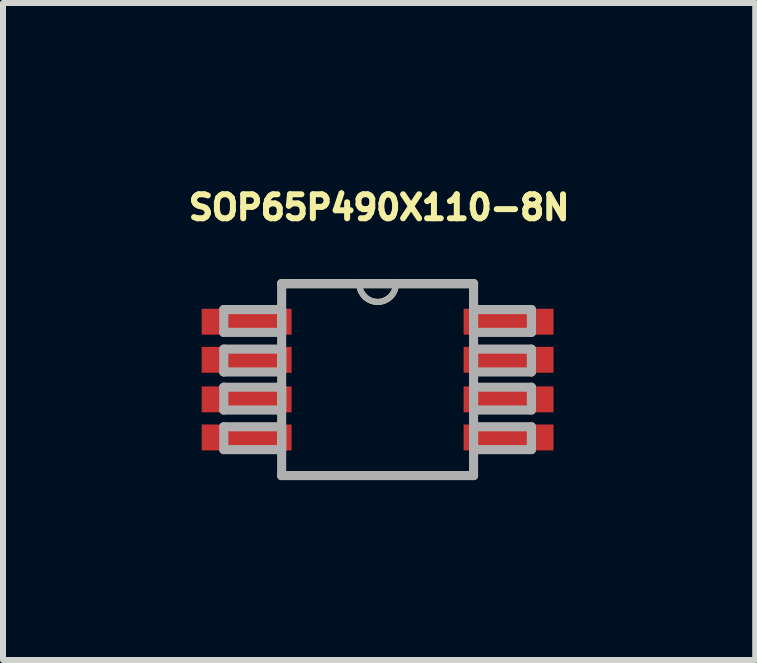
<source format=kicad_pcb>
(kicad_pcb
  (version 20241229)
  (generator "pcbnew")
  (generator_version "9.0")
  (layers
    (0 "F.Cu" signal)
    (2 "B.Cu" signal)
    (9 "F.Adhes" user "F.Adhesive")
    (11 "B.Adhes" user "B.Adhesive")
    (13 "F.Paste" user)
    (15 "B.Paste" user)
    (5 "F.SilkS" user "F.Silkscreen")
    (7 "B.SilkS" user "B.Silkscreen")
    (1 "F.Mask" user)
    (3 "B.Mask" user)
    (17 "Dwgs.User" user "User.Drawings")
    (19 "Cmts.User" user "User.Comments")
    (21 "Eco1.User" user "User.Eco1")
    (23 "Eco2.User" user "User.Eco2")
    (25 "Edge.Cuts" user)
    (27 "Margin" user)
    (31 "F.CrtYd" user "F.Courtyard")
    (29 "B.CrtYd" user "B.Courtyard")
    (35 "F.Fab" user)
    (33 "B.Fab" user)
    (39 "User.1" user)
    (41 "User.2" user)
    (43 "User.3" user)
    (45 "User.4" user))
  (footprint "SOP65P490X110-8N"
    (layer "F.Cu")
    (at 3.247 3.28)
    (property "Reference" "SOP65P490X110-8N" (at 0.025 -2.87 0) (layer "F.SilkS") (effects (font (size 0.4 0.4) (thickness 0.1))))
    (attr smd)
    (fp_line (start -1.6 1.6) (end 1.6 1.6) (stroke (width 0.152) (type solid)) (layer "F.SilkS"))
    (fp_line (start -0.305 -1.6) (end -1.6 -1.6) (stroke (width 0.152) (type solid)) (layer "F.SilkS"))
    (fp_line (start 0.305 -1.6) (end -0.305 -1.6) (stroke (width 0.152) (type solid)) (layer "F.SilkS"))
    (fp_line (start 1.6 -1.6) (end 0.305 -1.6) (stroke (width 0.152) (type solid)) (layer "F.SilkS"))
    (fp_arc (start 0.3048 -1.6002) (mid 0 -1.2954) (end -0.3048 -1.6002) (stroke (width 0.1) (type solid)) (layer "F.SilkS"))
    (fp_line (start -2.565 -1.168) (end -2.565 -0.787) (stroke (width 0.152) (type solid)) (layer "F.Fab"))
    (fp_line (start -2.565 -0.787) (end -1.6 -0.787) (stroke (width 0.152) (type solid)) (layer "F.Fab"))
    (fp_line (start -2.565 -0.508) (end -2.565 -0.127) (stroke (width 0.152) (type solid)) (layer "F.Fab"))
    (fp_line (start -2.565 -0.127) (end -1.6 -0.127) (stroke (width 0.152) (type solid)) (layer "F.Fab"))
    (fp_line (start -2.565 0.127) (end -2.565 0.508) (stroke (width 0.152) (type solid)) (layer "F.Fab"))
    (fp_line (start -2.565 0.508) (end -1.6 0.508) (stroke (width 0.152) (type solid)) (layer "F.Fab"))
    (fp_line (start -2.565 0.787) (end -2.565 1.168) (stroke (width 0.152) (type solid)) (layer "F.Fab"))
    (fp_line (start -2.565 1.168) (end -1.6 1.168) (stroke (width 0.152) (type solid)) (layer "F.Fab"))
    (fp_line (start -1.6 -1.6) (end -1.6 1.6) (stroke (width 0.152) (type solid)) (layer "F.Fab"))
    (fp_line (start -1.6 -1.168) (end -2.565 -1.168) (stroke (width 0.152) (type solid)) (layer "F.Fab"))
    (fp_line (start -1.6 -0.787) (end -1.6 -1.168) (stroke (width 0.152) (type solid)) (layer "F.Fab"))
    (fp_line (start -1.6 -0.508) (end -2.565 -0.508) (stroke (width 0.152) (type solid)) (layer "F.Fab"))
    (fp_line (start -1.6 -0.127) (end -1.6 -0.508) (stroke (width 0.152) (type solid)) (layer "F.Fab"))
    (fp_line (start -1.6 0.127) (end -2.565 0.127) (stroke (width 0.152) (type solid)) (layer "F.Fab"))
    (fp_line (start -1.6 0.508) (end -1.6 0.127) (stroke (width 0.152) (type solid)) (layer "F.Fab"))
    (fp_line (start -1.6 0.787) (end -2.565 0.787) (stroke (width 0.152) (type solid)) (layer "F.Fab"))
    (fp_line (start -1.6 1.168) (end -1.6 0.787) (stroke (width 0.152) (type solid)) (layer "F.Fab"))
    (fp_line (start -1.6 1.6) (end 1.6 1.6) (stroke (width 0.152) (type solid)) (layer "F.Fab"))
    (fp_line (start -0.305 -1.6) (end -1.6 -1.6) (stroke (width 0.152) (type solid)) (layer "F.Fab"))
    (fp_line (start 0.305 -1.6) (end -0.305 -1.6) (stroke (width 0.152) (type solid)) (layer "F.Fab"))
    (fp_line (start 1.6 -1.6) (end 0.305 -1.6) (stroke (width 0.152) (type solid)) (layer "F.Fab"))
    (fp_line (start 1.6 -1.168) (end 1.6 -0.787) (stroke (width 0.152) (type solid)) (layer "F.Fab"))
    (fp_line (start 1.6 -0.787) (end 2.565 -0.787) (stroke (width 0.152) (type solid)) (layer "F.Fab"))
    (fp_line (start 1.6 -0.508) (end 1.6 -0.127) (stroke (width 0.152) (type solid)) (layer "F.Fab"))
    (fp_line (start 1.6 -0.127) (end 2.565 -0.127) (stroke (width 0.152) (type solid)) (layer "F.Fab"))
    (fp_line (start 1.6 0.127) (end 1.6 0.508) (stroke (width 0.152) (type solid)) (layer "F.Fab"))
    (fp_line (start 1.6 0.508) (end 2.565 0.508) (stroke (width 0.152) (type solid)) (layer "F.Fab"))
    (fp_line (start 1.6 0.787) (end 1.6 1.168) (stroke (width 0.152) (type solid)) (layer "F.Fab"))
    (fp_line (start 1.6 1.168) (end 2.565 1.168) (stroke (width 0.152) (type solid)) (layer "F.Fab"))
    (fp_line (start 1.6 1.6) (end 1.6 -1.6) (stroke (width 0.152) (type solid)) (layer "F.Fab"))
    (fp_line (start 2.565 -1.168) (end 1.6 -1.168) (stroke (width 0.152) (type solid)) (layer "F.Fab"))
    (fp_line (start 2.565 -0.787) (end 2.565 -1.168) (stroke (width 0.152) (type solid)) (layer "F.Fab"))
    (fp_line (start 2.565 -0.508) (end 1.6 -0.508) (stroke (width 0.152) (type solid)) (layer "F.Fab"))
    (fp_line (start 2.565 -0.127) (end 2.565 -0.508) (stroke (width 0.152) (type solid)) (layer "F.Fab"))
    (fp_line (start 2.565 0.127) (end 1.6 0.127) (stroke (width 0.152) (type solid)) (layer "F.Fab"))
    (fp_line (start 2.565 0.508) (end 2.565 0.127) (stroke (width 0.152) (type solid)) (layer "F.Fab"))
    (fp_line (start 2.565 0.787) (end 1.6 0.787) (stroke (width 0.152) (type solid)) (layer "F.Fab"))
    (fp_line (start 2.565 1.168) (end 2.565 0.787) (stroke (width 0.152) (type solid)) (layer "F.Fab"))
    (fp_arc (start 0.3048 -1.6002) (mid 0 -1.2954) (end -0.3048 -1.6002) (stroke (width 0.1) (type solid)) (layer "F.Fab"))
    (pad "1" smd rect (at -2.184 -0.965) (size 1.499 0.432) (layers "F.Cu" "F.Mask" "F.Paste"))
    (pad "2" smd rect (at -2.184 -0.33) (size 1.499 0.432) (layers "F.Cu" "F.Mask" "F.Paste"))
    (pad "3" smd rect (at -2.184 0.33) (size 1.499 0.432) (layers "F.Cu" "F.Mask" "F.Paste"))
    (pad "4" smd rect (at -2.184 0.965) (size 1.499 0.432) (layers "F.Cu" "F.Mask" "F.Paste"))
    (pad "5" smd rect (at 2.184 0.965) (size 1.499 0.432) (layers "F.Cu" "F.Mask" "F.Paste"))
    (pad "6" smd rect (at 2.184 0.33) (size 1.499 0.432) (layers "F.Cu" "F.Mask" "F.Paste"))
    (pad "7" smd rect (at 2.184 -0.33) (size 1.499 0.432) (layers "F.Cu" "F.Mask" "F.Paste"))
    (pad "8" smd rect (at 2.184 -0.965) (size 1.499 0.432) (layers "F.Cu" "F.Mask" "F.Paste")))
  (gr_rect
    (start -3 -3)
    (end 9.544 7.956)
    (stroke (width 0.1) (type default))
    (fill no)
    (layer "Edge.Cuts")))
</source>
